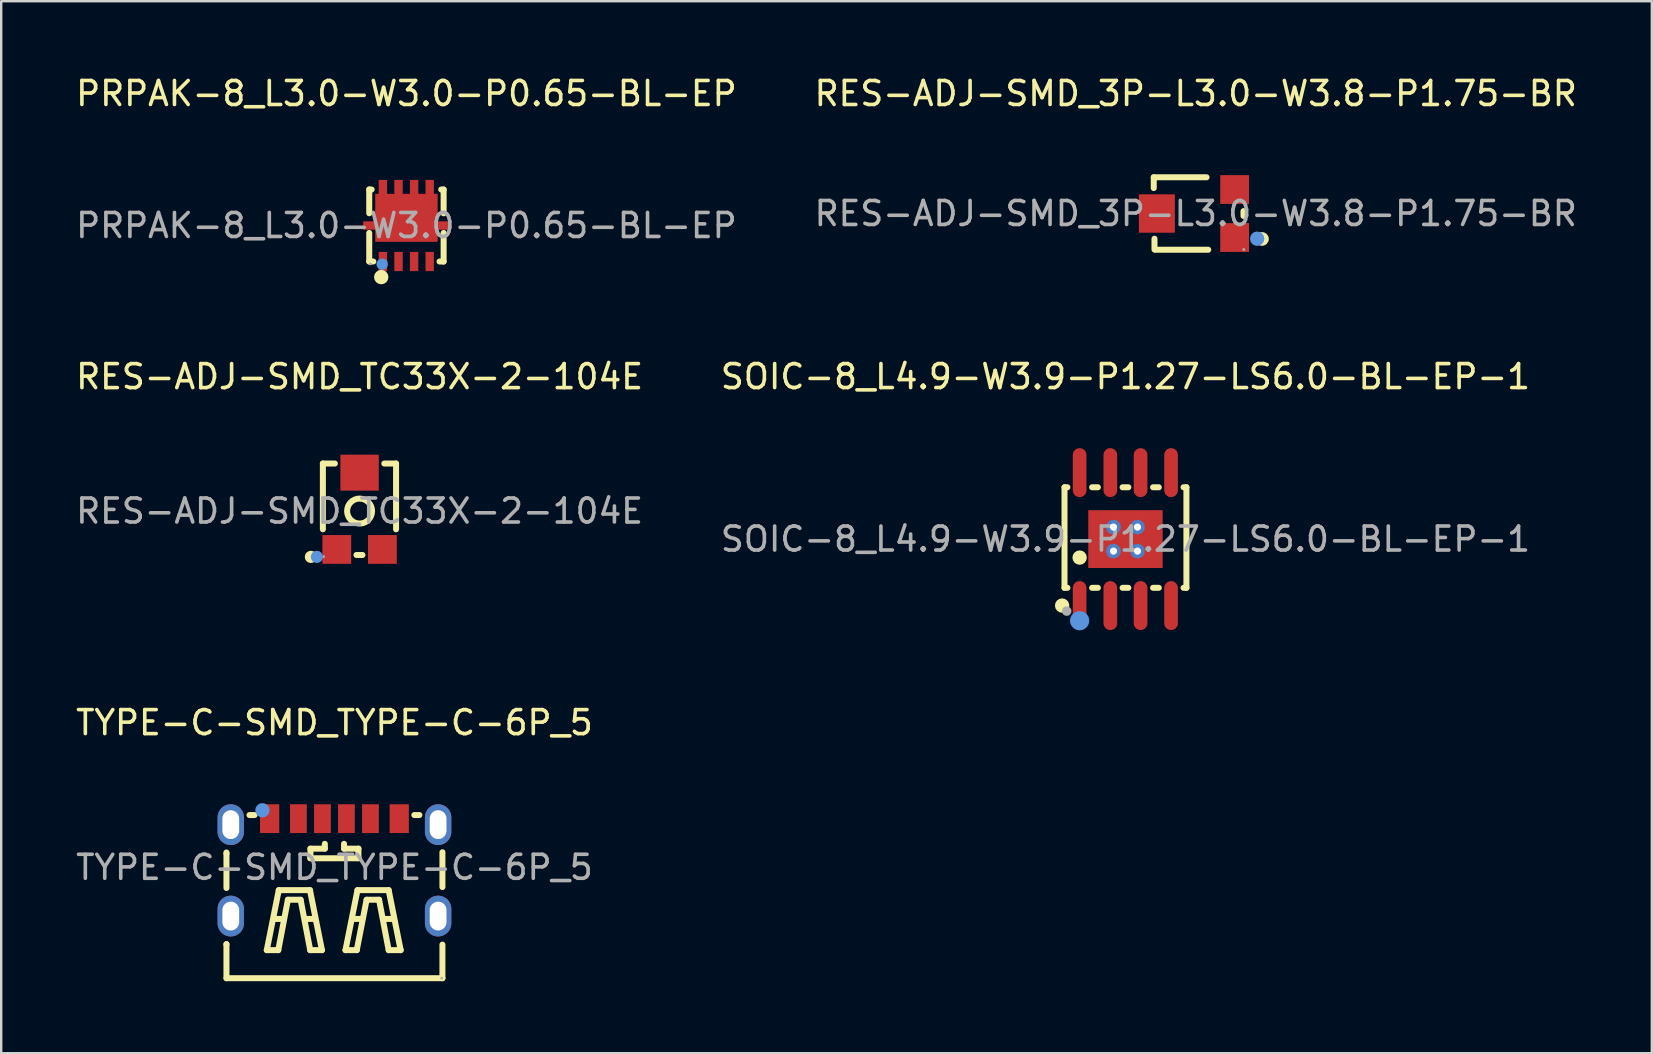
<source format=kicad_pcb>
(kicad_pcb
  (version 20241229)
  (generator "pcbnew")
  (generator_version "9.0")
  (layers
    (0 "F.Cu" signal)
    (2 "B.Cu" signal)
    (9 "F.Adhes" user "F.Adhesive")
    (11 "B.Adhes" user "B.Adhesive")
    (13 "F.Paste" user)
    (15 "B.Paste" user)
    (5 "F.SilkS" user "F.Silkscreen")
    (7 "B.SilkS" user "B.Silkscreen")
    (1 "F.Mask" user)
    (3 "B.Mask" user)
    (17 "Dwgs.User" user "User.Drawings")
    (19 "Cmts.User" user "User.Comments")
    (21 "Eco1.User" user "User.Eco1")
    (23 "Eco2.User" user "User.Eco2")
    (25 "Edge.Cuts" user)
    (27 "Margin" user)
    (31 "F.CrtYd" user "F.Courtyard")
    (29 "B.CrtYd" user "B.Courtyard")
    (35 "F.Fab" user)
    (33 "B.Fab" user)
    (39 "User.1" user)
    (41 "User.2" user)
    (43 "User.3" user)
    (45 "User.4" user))
  (footprint "PRPAK-8_L3.0-W3.0-P0.65-BL-EP"
    (layer "F.Cu")
    (at 13.887 6.348)
    (property "Reference" "PRPAK-8_L3.0-W3.0-P0.65-BL-EP" (at 0 -5.5 0) (layer "F.SilkS") (effects (font (size 1 1) (thickness 0.15))))
    (attr smd)
    (fp_line (start -1.55 -1.5) (end -1.55 -0.51) (stroke (width 0.25) (type solid)) (layer "F.SilkS"))
    (fp_line (start -1.55 -1.5) (end -1.45 -1.5) (stroke (width 0.25) (type solid)) (layer "F.SilkS"))
    (fp_line (start -1.55 0.31) (end -1.55 1.5) (stroke (width 0.25) (type solid)) (layer "F.SilkS"))
    (fp_line (start -1.38 1.5) (end -1.55 1.5) (stroke (width 0.25) (type solid)) (layer "F.SilkS"))
    (fp_line (start 1.45 -1.5) (end 1.55 -1.5) (stroke (width 0.25) (type solid)) (layer "F.SilkS"))
    (fp_line (start 1.55 -1.5) (end 1.55 -0.51) (stroke (width 0.25) (type solid)) (layer "F.SilkS"))
    (fp_line (start 1.55 0.31) (end 1.55 1.5) (stroke (width 0.25) (type solid)) (layer "F.SilkS"))
    (fp_line (start 1.55 1.5) (end 1.38 1.5) (stroke (width 0.25) (type solid)) (layer "F.SilkS"))
    (fp_circle (center -1.05 2.15) (end -0.9 2.15) (stroke (width 0.3) (type solid)) (fill no) (layer "F.SilkS"))
    (fp_circle (center -1.01 1.61) (end -0.89 1.61) (stroke (width 0.24) (type solid)) (fill no) (layer "Cmts.User"))
    (fp_circle (center -1.5 1.6) (end -1.47 1.6) (stroke (width 0.06) (type solid)) (fill no) (layer "F.Fab"))
    (fp_text user "${REFERENCE}" (at 0 0 0) (layer "F.Fab") (effects (font (size 1 1) (thickness 0.15))))
    (pad "1" smd rect (at -0.98 1.5) (size 0.35 0.8) (layers "F.Cu" "F.Mask" "F.Paste"))
    (pad "2" smd rect (at -0.33 1.5) (size 0.35 0.8) (layers "F.Cu" "F.Mask" "F.Paste"))
    (pad "3" smd rect (at 0.32 1.5) (size 0.35 0.8) (layers "F.Cu" "F.Mask" "F.Paste"))
    (pad "4" smd rect (at 0.97 1.5) (size 0.35 0.8) (layers "F.Cu" "F.Mask" "F.Paste"))
    (pad "5" smd rect (at 0.97 -1.5) (size 0.35 0.8) (layers "F.Cu" "F.Mask" "F.Paste"))
    (pad "6" smd rect (at 0.32 -1.5) (size 0.35 0.8) (layers "F.Cu" "F.Mask" "F.Paste"))
    (pad "7" smd rect (at -0.33 -1.5) (size 0.35 0.8) (layers "F.Cu" "F.Mask" "F.Paste"))
    (pad "8" smd rect (at -1.5 0) (size 0.6 0.35) (layers "F.Cu" "F.Mask" "F.Paste"))
    (pad "8" smd rect (at -0.98 -1.5) (size 0.35 0.8) (layers "F.Cu" "F.Mask" "F.Paste"))
    (pad "8" smd rect (at 0 -0.32) (size 2.6 2) (layers "F.Cu" "F.Mask" "F.Paste"))
    (pad "8" smd rect (at 1.5 0) (size 0.6 0.35) (layers "F.Cu" "F.Mask" "F.Paste")))
  (footprint "SOIC-8_L4.9-W3.9-P1.27-LS6.0-BL-EP-1"
    (layer "F.Cu")
    (at 43.851 19.416)
    (property "Reference" "SOIC-8_L4.9-W3.9-P1.27-LS6.0-BL-EP-1" (at 0 -6.77 0) (layer "F.SilkS") (effects (font (size 1 1) (thickness 0.15))))
    (attr smd)
    (fp_line (start -2.54 -2.16) (end -2.54 2.03) (stroke (width 0.25) (type solid)) (layer "F.SilkS"))
    (fp_line (start -2.54 2.03) (end -2.42 2.03) (stroke (width 0.25) (type solid)) (layer "F.SilkS"))
    (fp_line (start -2.42 -2.16) (end -2.54 -2.16) (stroke (width 0.25) (type solid)) (layer "F.SilkS"))
    (fp_line (start -1.39 2.03) (end -1.15 2.03) (stroke (width 0.25) (type solid)) (layer "F.SilkS"))
    (fp_line (start -1.15 -2.16) (end -1.39 -2.16) (stroke (width 0.25) (type solid)) (layer "F.SilkS"))
    (fp_line (start -0.12 2.03) (end 0.12 2.03) (stroke (width 0.25) (type solid)) (layer "F.SilkS"))
    (fp_line (start 0.12 -2.16) (end -0.12 -2.16) (stroke (width 0.25) (type solid)) (layer "F.SilkS"))
    (fp_line (start 1.15 2.03) (end 1.39 2.03) (stroke (width 0.25) (type solid)) (layer "F.SilkS"))
    (fp_line (start 1.39 -2.16) (end 1.15 -2.16) (stroke (width 0.25) (type solid)) (layer "F.SilkS"))
    (fp_line (start 2.54 -2.16) (end 2.42 -2.16) (stroke (width 0.25) (type solid)) (layer "F.SilkS"))
    (fp_line (start 2.54 2.03) (end 2.42 2.03) (stroke (width 0.25) (type solid)) (layer "F.SilkS"))
    (fp_line (start 2.54 2.03) (end 2.54 -2.16) (stroke (width 0.25) (type solid)) (layer "F.SilkS"))
    (fp_circle (center -2.64 2.77) (end -2.49 2.77) (stroke (width 0.3) (type solid)) (fill no) (layer "F.SilkS"))
    (fp_circle (center -1.91 0.77) (end -1.76 0.77) (stroke (width 0.3) (type solid)) (fill no) (layer "F.SilkS"))
    (fp_circle (center -1.91 3.4) (end -1.71 3.4) (stroke (width 0.4) (type solid)) (fill no) (layer "Cmts.User"))
    (fp_circle (center -2.45 3) (end -2.35 3) (stroke (width 0.2) (type solid)) (fill no) (layer "F.Fab"))
    (fp_text user "${REFERENCE}" (at 0 0 0) (layer "F.Fab") (effects (font (size 1 1) (thickness 0.15))))
    (pad "" thru_hole circle (at -0.5 -0.5) (size 0.61 0.61) (drill 0.3) (layers "*.Cu" "*.Paste" "*.Mask"))
    (pad "" thru_hole circle (at -0.5 0.5) (size 0.61 0.61) (drill 0.3) (layers "*.Cu" "*.Paste" "*.Mask"))
    (pad "" thru_hole circle (at 0.5 -0.5) (size 0.61 0.61) (drill 0.3) (layers "*.Cu" "*.Paste" "*.Mask"))
    (pad "" thru_hole circle (at 0.5 0.5) (size 0.61 0.61) (drill 0.3) (layers "*.Cu" "*.Paste" "*.Mask"))
    (pad "1" smd oval (at -1.91 2.77) (size 0.57 2.04) (layers "F.Cu" "F.Mask" "F.Paste"))
    (pad "2" smd oval (at -0.63 2.77) (size 0.57 2.04) (layers "F.Cu" "F.Mask" "F.Paste"))
    (pad "3" smd oval (at 0.63 2.77) (size 0.57 2.04) (layers "F.Cu" "F.Mask" "F.Paste"))
    (pad "4" smd oval (at 1.9 2.77) (size 0.57 2.04) (layers "F.Cu" "F.Mask" "F.Paste"))
    (pad "5" smd oval (at 1.9 -2.77) (size 0.57 2.04) (layers "F.Cu" "F.Mask" "F.Paste"))
    (pad "6" smd oval (at 0.63 -2.77) (size 0.57 2.04) (layers "F.Cu" "F.Mask" "F.Paste"))
    (pad "7" smd oval (at -0.63 -2.77) (size 0.57 2.04) (layers "F.Cu" "F.Mask" "F.Paste"))
    (pad "8" smd oval (at -1.91 -2.77) (size 0.57 2.04) (layers "F.Cu" "F.Mask" "F.Paste"))
    (pad "9" smd rect (at 0 0) (size 3.1 2.41) (layers "F.Cu" "F.Mask" "F.Paste")))
  (footprint "TYPE-C-SMD_TYPE-C-6P_5"
    (layer "F.Cu")
    (at 10.887 33.095)
    (property "Reference" "TYPE-C-SMD_TYPE-C-6P_5" (at 0 -6.03 0) (layer "F.SilkS") (effects (font (size 1 1) (thickness 0.15))))
    (attr smd)
    (fp_line (start -4.5 -0.58) (end -4.5 -0.62) (stroke (width 0.25) (type solid)) (layer "F.SilkS"))
    (fp_line (start -4.5 -0.58) (end -4.5 0.86) (stroke (width 0.25) (type solid)) (layer "F.SilkS"))
    (fp_line (start -4.5 3.2) (end -4.5 4.62) (stroke (width 0.25) (type solid)) (layer "F.SilkS"))
    (fp_line (start -4.5 3.22) (end -4.5 3.2) (stroke (width 0.25) (type solid)) (layer "F.SilkS"))
    (fp_line (start -4.5 4.62) (end 4.5 4.62) (stroke (width 0.25) (type solid)) (layer "F.SilkS"))
    (fp_line (start -3.54 -2.18) (end -3.33 -2.18) (stroke (width 0.25) (type solid)) (layer "F.SilkS"))
    (fp_line (start -2.82 3.45) (end -2.32 0.95) (stroke (width 0.25) (type solid)) (layer "F.SilkS"))
    (fp_line (start -2.52 2.15) (end -2.12 2.15) (stroke (width 0.25) (type solid)) (layer "F.SilkS"))
    (fp_line (start -2.34 3.45) (end -2.82 3.45) (stroke (width 0.25) (type solid)) (layer "F.SilkS"))
    (fp_line (start -2.32 0.95) (end -1.02 0.95) (stroke (width 0.25) (type solid)) (layer "F.SilkS"))
    (fp_line (start -1.94 1.35) (end -2.34 3.45) (stroke (width 0.25) (type solid)) (layer "F.SilkS"))
    (fp_line (start -1.41 1.35) (end -1.94 1.35) (stroke (width 0.25) (type solid)) (layer "F.SilkS"))
    (fp_line (start -1.22 2.15) (end -0.82 2.15) (stroke (width 0.25) (type solid)) (layer "F.SilkS"))
    (fp_line (start -1.02 0.95) (end -0.52 3.45) (stroke (width 0.25) (type solid)) (layer "F.SilkS"))
    (fp_line (start -1.01 -0.38) (end 1.01 -0.38) (stroke (width 0.25) (type solid)) (layer "F.SilkS"))
    (fp_line (start -1.01 3.45) (end -1.41 1.35) (stroke (width 0.25) (type solid)) (layer "F.SilkS"))
    (fp_line (start -1 -0.78) (end -0.4 -0.78) (stroke (width 0.25) (type solid)) (layer "F.SilkS"))
    (fp_line (start -1 -0.38) (end -1 -0.78) (stroke (width 0.25) (type solid)) (layer "F.SilkS"))
    (fp_line (start -0.52 3.45) (end -1.01 3.45) (stroke (width 0.25) (type solid)) (layer "F.SilkS"))
    (fp_line (start -0.4 -0.78) (end -0.4 -0.98) (stroke (width 0.25) (type solid)) (layer "F.SilkS"))
    (fp_line (start 0.4 -0.78) (end 0.4 -0.98) (stroke (width 0.25) (type solid)) (layer "F.SilkS"))
    (fp_line (start 0.46 3.45) (end 0.96 0.95) (stroke (width 0.25) (type solid)) (layer "F.SilkS"))
    (fp_line (start 0.76 2.15) (end 1.16 2.15) (stroke (width 0.25) (type solid)) (layer "F.SilkS"))
    (fp_line (start 0.93 3.45) (end 0.46 3.45) (stroke (width 0.25) (type solid)) (layer "F.SilkS"))
    (fp_line (start 0.96 0.95) (end 2.26 0.95) (stroke (width 0.25) (type solid)) (layer "F.SilkS"))
    (fp_line (start 1 -0.78) (end 0.4 -0.78) (stroke (width 0.25) (type solid)) (layer "F.SilkS"))
    (fp_line (start 1 -0.38) (end 1 -0.78) (stroke (width 0.25) (type solid)) (layer "F.SilkS"))
    (fp_line (start 1.34 1.35) (end 0.93 3.45) (stroke (width 0.25) (type solid)) (layer "F.SilkS"))
    (fp_line (start 1.86 1.35) (end 1.34 1.35) (stroke (width 0.25) (type solid)) (layer "F.SilkS"))
    (fp_line (start 2.06 2.15) (end 2.46 2.15) (stroke (width 0.25) (type solid)) (layer "F.SilkS"))
    (fp_line (start 2.26 0.95) (end 2.76 3.45) (stroke (width 0.25) (type solid)) (layer "F.SilkS"))
    (fp_line (start 2.26 3.45) (end 1.86 1.35) (stroke (width 0.25) (type solid)) (layer "F.SilkS"))
    (fp_line (start 2.76 3.45) (end 2.26 3.45) (stroke (width 0.25) (type solid)) (layer "F.SilkS"))
    (fp_line (start 3.33 -2.18) (end 3.54 -2.18) (stroke (width 0.25) (type solid)) (layer "F.SilkS"))
    (fp_line (start 4.5 0.82) (end 4.5 -0.63) (stroke (width 0.25) (type solid)) (layer "F.SilkS"))
    (fp_line (start 4.5 4.62) (end 4.5 3.22) (stroke (width 0.25) (type solid)) (layer "F.SilkS"))
    (fp_circle (center -3 -2.38) (end -2.85 -2.38) (stroke (width 0.3) (type solid)) (fill no) (layer "Cmts.User"))
    (fp_circle (center 4.47 4.62) (end 4.5 4.62) (stroke (width 0.06) (type solid)) (fill no) (layer "F.Fab"))
    (fp_text user "${REFERENCE}" (at 0 0 0) (layer "F.Fab") (effects (font (size 1 1) (thickness 0.15))))
    (pad "7" thru_hole oval (at -4.32 -1.78) (size 1.1 1.7) (drill oval 0.7 1.2) (layers "*.Cu" "*.Mask"))
    (pad "7" thru_hole oval (at -4.32 2.03) (size 1.1 1.7) (drill oval 0.7 1.2) (layers "*.Cu" "*.Mask"))
    (pad "7" thru_hole oval (at 4.32 -1.78) (size 1.1 1.7) (drill oval 0.7 1.2) (layers "*.Cu" "*.Mask"))
    (pad "7" thru_hole oval (at 4.32 2.03) (size 1.1 1.7) (drill oval 0.7 1.2) (layers "*.Cu" "*.Mask"))
    (pad "A5" smd rect (at -0.5 -2.03) (size 0.7 1.2) (layers "F.Cu" "F.Mask" "F.Paste"))
    (pad "A9" smd rect (at 1.5 -2.03) (size 0.7 1.2) (layers "F.Cu" "F.Mask" "F.Paste"))
    (pad "A12" smd rect (at 2.7 -2.03) (size 0.8 1.2) (layers "F.Cu" "F.Mask" "F.Paste"))
    (pad "B5" smd rect (at 0.5 -2.03) (size 0.7 1.2) (layers "F.Cu" "F.Mask" "F.Paste"))
    (pad "B9" smd rect (at -1.5 -2.03) (size 0.7 1.2) (layers "F.Cu" "F.Mask" "F.Paste"))
    (pad "B12" smd rect (at -2.7 -2.03) (size 0.8 1.2) (layers "F.Cu" "F.Mask" "F.Paste")))
  (footprint "RES-ADJ-SMD_3P-L3.0-W3.8-P1.75-BR"
    (layer "F.Cu")
    (at 46.78 5.848)
    (property "Reference" "RES-ADJ-SMD_3P-L3.0-W3.8-P1.75-BR" (at 0 -5 0) (layer "F.SilkS") (effects (font (size 1 1) (thickness 0.15))))
    (attr smd)
    (fp_line (start -1.75 -1.51) (end -1.75 -1.06) (stroke (width 0.25) (type solid)) (layer "F.SilkS"))
    (fp_line (start -1.72 1.05) (end -1.72 1.5) (stroke (width 0.25) (type solid)) (layer "F.SilkS"))
    (fp_line (start 0.45 -1.51) (end -1.75 -1.51) (stroke (width 0.25) (type solid)) (layer "F.SilkS"))
    (fp_line (start 0.52 1.51) (end -1.68 1.51) (stroke (width 0.25) (type solid)) (layer "F.SilkS"))
    (fp_line (start 1.99 0.1) (end 1.99 -0.1) (stroke (width 0.25) (type solid)) (layer "F.SilkS"))
    (fp_circle (center 2.76 1.06) (end 2.92 1.06) (stroke (width 0.25) (type solid)) (fill no) (layer "F.SilkS"))
    (fp_circle (center 2.56 1.05) (end 2.71 1.05) (stroke (width 0.3) (type solid)) (fill no) (layer "Cmts.User"))
    (fp_circle (center 2 1.5) (end 2.03 1.5) (stroke (width 0.06) (type solid)) (fill no) (layer "F.Fab"))
    (fp_text user "${REFERENCE}" (at 0 0 0) (layer "F.Fab") (effects (font (size 1 1) (thickness 0.15))))
    (pad "1" smd rect (at 1.62 1 90) (size 1.2 1.2) (layers "F.Cu" "F.Mask" "F.Paste"))
    (pad "2" smd rect (at -1.62 0 90) (size 1.6 1.5) (layers "F.Cu" "F.Mask" "F.Paste"))
    (pad "3" smd rect (at 1.62 -1 90) (size 1.2 1.2) (layers "F.Cu" "F.Mask" "F.Paste")))
  (footprint "RES-ADJ-SMD_TC33X-2-104E"
    (layer "F.Cu")
    (at 11.935 18.247)
    (property "Reference" "RES-ADJ-SMD_TC33X-2-104E" (at 0 -5.6 0) (layer "F.SilkS") (effects (font (size 1 1) (thickness 0.15))))
    (attr smd)
    (fp_line (start -1.53 -1.98) (end -1.53 0.76) (stroke (width 0.25) (type solid)) (layer "F.SilkS"))
    (fp_line (start -1.53 -1.98) (end -1.03 -1.98) (stroke (width 0.25) (type solid)) (layer "F.SilkS"))
    (fp_line (start -0.13 1.83) (end 0.12 1.83) (stroke (width 0.25) (type solid)) (layer "F.SilkS"))
    (fp_line (start 1.03 -1.98) (end 1.52 -1.98) (stroke (width 0.25) (type solid)) (layer "F.SilkS"))
    (fp_line (start 1.52 -1.98) (end 1.52 0.76) (stroke (width 0.25) (type solid)) (layer "F.SilkS"))
    (fp_circle (center -2.03 1.91) (end -1.9 1.91) (stroke (width 0.25) (type solid)) (fill no) (layer "F.SilkS"))
    (fp_circle (center 0 0) (end 0.52 0) (stroke (width 0.25) (type solid)) (fill no) (layer "F.SilkS"))
    (fp_circle (center -1.78 1.91) (end -1.65 1.91) (stroke (width 0.25) (type solid)) (fill no) (layer "Cmts.User"))
    (fp_circle (center -1.5 1.9) (end -1.47 1.9) (stroke (width 0.06) (type solid)) (fill no) (layer "F.Fab"))
    (fp_text user "${REFERENCE}" (at 0 0 0) (layer "F.Fab") (effects (font (size 1 1) (thickness 0.15))))
    (pad "1" smd rect (at -0.95 1.6) (size 1.2 1.2) (layers "F.Cu" "F.Mask" "F.Paste"))
    (pad "2" smd rect (at 0 -1.6) (size 1.6 1.5) (layers "F.Cu" "F.Mask" "F.Paste"))
    (pad "3" smd rect (at 0.95 1.6) (size 1.2 1.2) (layers "F.Cu" "F.Mask" "F.Paste")))
  (gr_rect
    (start -3 -3)
    (end 65.786 40.84)
    (stroke (width 0.1) (type default))
    (fill no)
    (layer "Edge.Cuts")))
</source>
